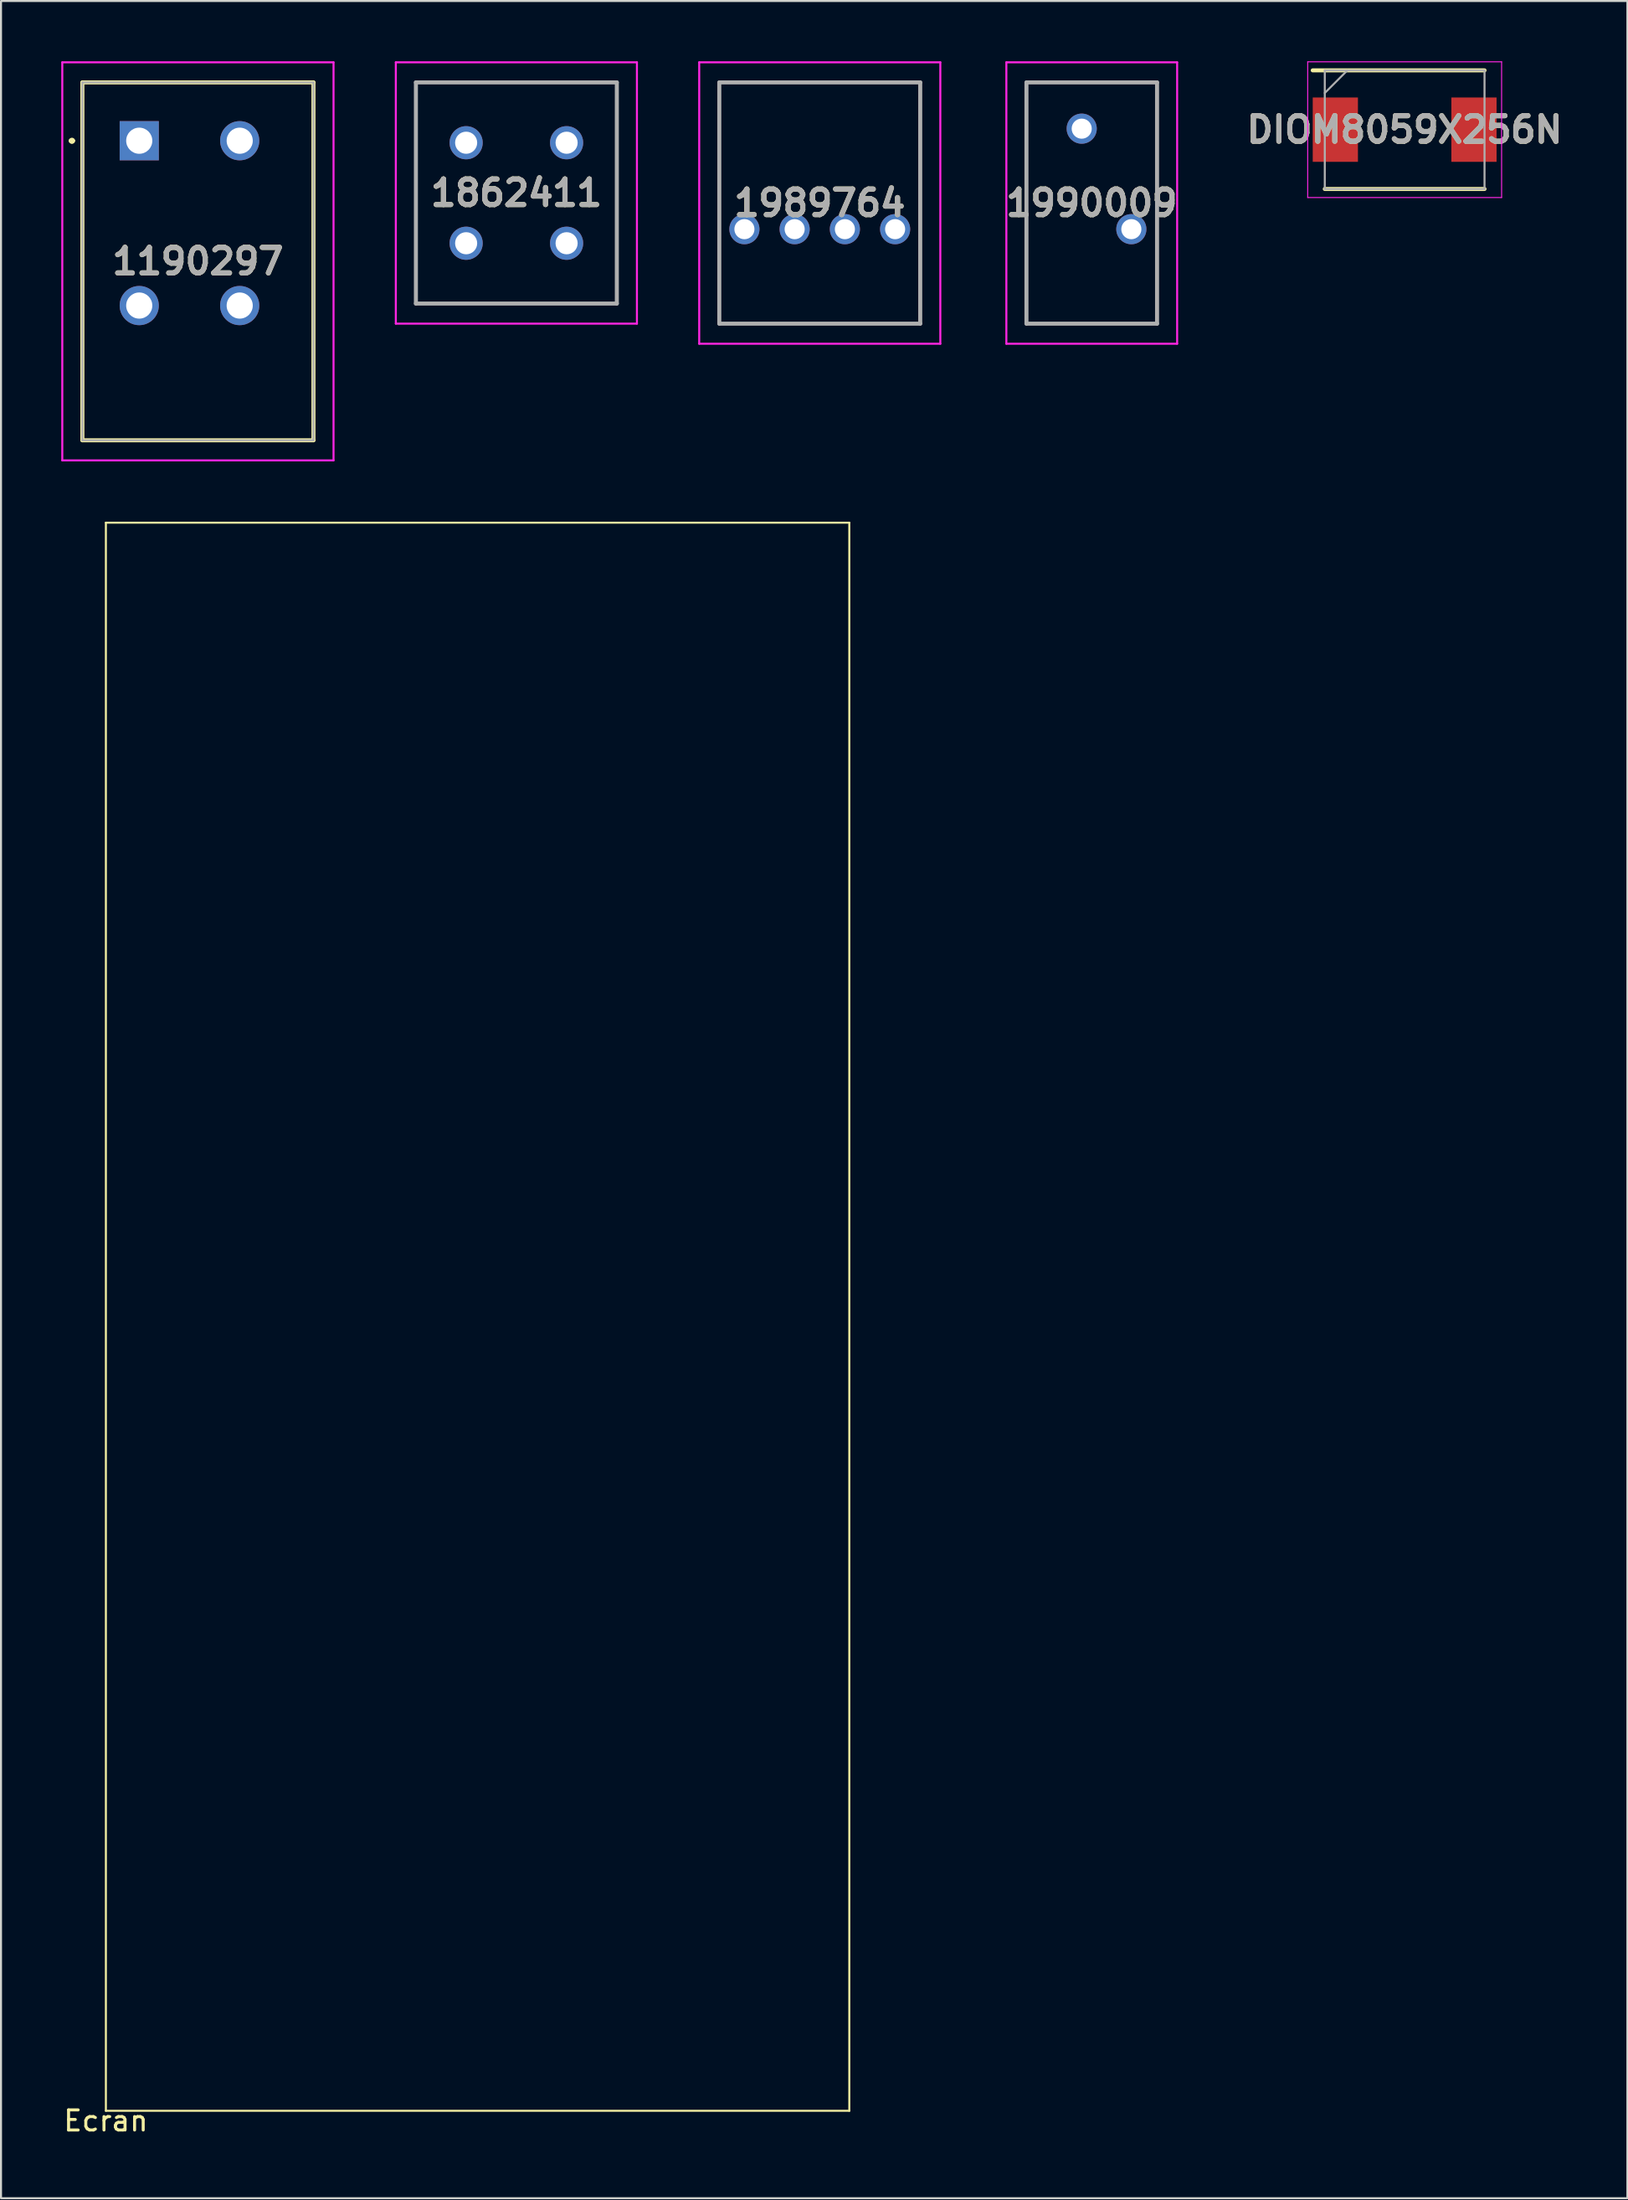
<source format=kicad_pcb>
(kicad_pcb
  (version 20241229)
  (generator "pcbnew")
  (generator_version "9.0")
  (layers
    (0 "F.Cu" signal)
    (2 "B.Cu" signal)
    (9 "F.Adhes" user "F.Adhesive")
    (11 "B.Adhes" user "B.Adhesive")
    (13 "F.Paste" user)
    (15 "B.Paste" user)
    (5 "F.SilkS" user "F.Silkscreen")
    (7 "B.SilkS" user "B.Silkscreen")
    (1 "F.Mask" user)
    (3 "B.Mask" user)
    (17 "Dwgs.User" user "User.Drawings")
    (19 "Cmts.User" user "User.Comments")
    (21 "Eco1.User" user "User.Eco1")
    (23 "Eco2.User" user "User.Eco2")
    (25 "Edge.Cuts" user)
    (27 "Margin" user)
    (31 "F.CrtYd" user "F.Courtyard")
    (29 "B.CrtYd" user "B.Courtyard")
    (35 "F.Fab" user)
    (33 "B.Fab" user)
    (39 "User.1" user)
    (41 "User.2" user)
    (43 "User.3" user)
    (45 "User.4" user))
  (footprint "Ecran"
    (layer "F.Cu")
    (at 2.22 101.95)
    (property "Reference" "Ecran" (at 0 0.5 0) (layer "F.SilkS") (effects (font (size 1 1) (thickness 0.15))))
    (attr through_hole)
    (fp_line (start 0 -79) (end 37 -79) (stroke (width 0.1) (type solid)) (layer "F.SilkS"))
    (fp_line (start 0 0) (end 0 -79) (stroke (width 0.1) (type solid)) (layer "F.SilkS"))
    (fp_line (start 37 -79) (end 37 0) (stroke (width 0.1) (type solid)) (layer "F.SilkS"))
    (fp_line (start 37 0) (end 0 0) (stroke (width 0.1) (type solid)) (layer "F.SilkS")))
  (footprint "1989764"
    (layer "F.Cu")
    (at 34 8.35)
    (property "Reference" "1989764" (at 3.75 -1.3 0) (layer "F.SilkS") (effects (font (size 1.27 1.27) (thickness 0.254))))
    (attr through_hole)
    (fp_line (start -1.25 -7.3) (end 8.75 -7.3) (stroke (width 0.1) (type solid)) (layer "F.SilkS"))
    (fp_line (start -1.25 4.7) (end -1.25 -7.3) (stroke (width 0.1) (type solid)) (layer "F.SilkS"))
    (fp_line (start 8.75 -7.3) (end 8.75 4.7) (stroke (width 0.1) (type solid)) (layer "F.SilkS"))
    (fp_line (start 8.75 4.7) (end -1.25 4.7) (stroke (width 0.1) (type solid)) (layer "F.SilkS"))
    (fp_line (start -2.25 -8.3) (end 9.75 -8.3) (stroke (width 0.1) (type solid)) (layer "F.CrtYd"))
    (fp_line (start -2.25 5.7) (end -2.25 -8.3) (stroke (width 0.1) (type solid)) (layer "F.CrtYd"))
    (fp_line (start 9.75 -8.3) (end 9.75 5.7) (stroke (width 0.1) (type solid)) (layer "F.CrtYd"))
    (fp_line (start 9.75 5.7) (end -2.25 5.7) (stroke (width 0.1) (type solid)) (layer "F.CrtYd"))
    (fp_line (start -1.25 -7.3) (end 8.75 -7.3) (stroke (width 0.2) (type solid)) (layer "F.Fab"))
    (fp_line (start -1.25 4.7) (end -1.25 -7.3) (stroke (width 0.2) (type solid)) (layer "F.Fab"))
    (fp_line (start 8.75 -7.3) (end 8.75 4.7) (stroke (width 0.2) (type solid)) (layer "F.Fab"))
    (fp_line (start 8.75 4.7) (end -1.25 4.7) (stroke (width 0.2) (type solid)) (layer "F.Fab"))
    (fp_text user "${REFERENCE}" (at 3.75 -1.3 0) (layer "F.Fab") (effects (font (size 1.27 1.27) (thickness 0.254))))
    (pad "1" thru_hole circle (at 0 0) (size 1.5 1.5) (drill 1) (layers "*.Cu" "*.Mask"))
    (pad "2" thru_hole circle (at 2.5 0) (size 1.5 1.5) (drill 1) (layers "*.Cu" "*.Mask"))
    (pad "3" thru_hole circle (at 5 0) (size 1.5 1.5) (drill 1) (layers "*.Cu" "*.Mask"))
    (pad "4" thru_hole circle (at 7.5 0) (size 1.5 1.5) (drill 1) (layers "*.Cu" "*.Mask")))
  (footprint "1862411"
    (layer "F.Cu")
    (at 20.15 9.05)
    (property "Reference" "1862411" (at 2.5 -2.5 0) (layer "F.SilkS") (effects (font (size 1.27 1.27) (thickness 0.254))))
    (attr through_hole)
    (fp_line (start -2.5 -8) (end 7.5 -8) (stroke (width 0.1) (type solid)) (layer "F.SilkS"))
    (fp_line (start -2.5 3) (end -2.5 -8) (stroke (width 0.1) (type solid)) (layer "F.SilkS"))
    (fp_line (start 7.5 -8) (end 7.5 3) (stroke (width 0.1) (type solid)) (layer "F.SilkS"))
    (fp_line (start 7.5 3) (end -2.5 3) (stroke (width 0.1) (type solid)) (layer "F.SilkS"))
    (fp_line (start -3.5 -9) (end 8.5 -9) (stroke (width 0.1) (type solid)) (layer "F.CrtYd"))
    (fp_line (start -3.5 4) (end -3.5 -9) (stroke (width 0.1) (type solid)) (layer "F.CrtYd"))
    (fp_line (start 8.5 -9) (end 8.5 4) (stroke (width 0.1) (type solid)) (layer "F.CrtYd"))
    (fp_line (start 8.5 4) (end -3.5 4) (stroke (width 0.1) (type solid)) (layer "F.CrtYd"))
    (fp_line (start -2.5 -8) (end 7.5 -8) (stroke (width 0.2) (type solid)) (layer "F.Fab"))
    (fp_line (start -2.5 3) (end -2.5 -8) (stroke (width 0.2) (type solid)) (layer "F.Fab"))
    (fp_line (start 7.5 -8) (end 7.5 3) (stroke (width 0.2) (type solid)) (layer "F.Fab"))
    (fp_line (start 7.5 3) (end -2.5 3) (stroke (width 0.2) (type solid)) (layer "F.Fab"))
    (fp_text user "${REFERENCE}" (at 2.5 -2.5 0) (layer "F.Fab") (effects (font (size 1.27 1.27) (thickness 0.254))))
    (pad "1" thru_hole circle (at 0 0) (size 1.65 1.65) (drill 1.1) (layers "*.Cu" "*.Mask"))
    (pad "2" thru_hole circle (at 0 -5) (size 1.65 1.65) (drill 1.1) (layers "*.Cu" "*.Mask"))
    (pad "3" thru_hole circle (at 5 0) (size 1.65 1.65) (drill 1.1) (layers "*.Cu" "*.Mask"))
    (pad "4" thru_hole circle (at 5 -5) (size 1.65 1.65) (drill 1.1) (layers "*.Cu" "*.Mask")))
  (footprint "1190297"
    (layer "F.Cu")
    (at 3.88 3.95)
    (property "Reference" "1190297" (at 2.92 6 0) (layer "F.SilkS") (effects (font (size 1.27 1.27) (thickness 0.254))))
    (attr through_hole)
    (fp_line (start -3.4 0) (end -3.4 0) (stroke (width 0.2) (type solid)) (layer "F.SilkS"))
    (fp_line (start -3.4 0) (end -3.4 0) (stroke (width 0.2) (type solid)) (layer "F.SilkS"))
    (fp_line (start -3.3 0) (end -3.3 0) (stroke (width 0.2) (type solid)) (layer "F.SilkS"))
    (fp_line (start -2.83 -2.9) (end 8.67 -2.9) (stroke (width 0.2) (type solid)) (layer "F.SilkS"))
    (fp_line (start -2.83 14.9) (end -2.83 -2.9) (stroke (width 0.2) (type solid)) (layer "F.SilkS"))
    (fp_line (start 8.67 -2.9) (end 8.67 14.9) (stroke (width 0.2) (type solid)) (layer "F.SilkS"))
    (fp_line (start 8.67 14.9) (end -2.83 14.9) (stroke (width 0.2) (type solid)) (layer "F.SilkS"))
    (fp_arc (start -3.4 0) (mid -3.35 -0.05) (end -3.3 0) (stroke (width 0.2) (type solid)) (layer "F.SilkS"))
    (fp_arc (start -3.3 0) (mid -3.35 0.05) (end -3.4 0) (stroke (width 0.2) (type solid)) (layer "F.SilkS"))
    (fp_arc (start -3.3 0) (mid -3.35 0.05) (end -3.4 0) (stroke (width 0.2) (type solid)) (layer "F.SilkS"))
    (fp_line (start -3.83 -3.9) (end 9.67 -3.9) (stroke (width 0.1) (type solid)) (layer "F.CrtYd"))
    (fp_line (start -3.83 15.9) (end -3.83 -3.9) (stroke (width 0.1) (type solid)) (layer "F.CrtYd"))
    (fp_line (start 9.67 -3.9) (end 9.67 15.9) (stroke (width 0.1) (type solid)) (layer "F.CrtYd"))
    (fp_line (start 9.67 15.9) (end -3.83 15.9) (stroke (width 0.1) (type solid)) (layer "F.CrtYd"))
    (fp_line (start -2.83 -2.9) (end 8.67 -2.9) (stroke (width 0.1) (type solid)) (layer "F.Fab"))
    (fp_line (start -2.83 14.9) (end -2.83 -2.9) (stroke (width 0.1) (type solid)) (layer "F.Fab"))
    (fp_line (start 8.67 -2.9) (end 8.67 14.9) (stroke (width 0.1) (type solid)) (layer "F.Fab"))
    (fp_line (start 8.67 14.9) (end -2.83 14.9) (stroke (width 0.1) (type solid)) (layer "F.Fab"))
    (fp_text user "${REFERENCE}" (at 2.92 6 0) (layer "F.Fab") (effects (font (size 1.27 1.27) (thickness 0.254))))
    (pad "1" thru_hole rect (at 0 0) (size 1.95 1.95) (drill 1.3) (layers "*.Cu" "*.Mask"))
    (pad "2" thru_hole circle (at 0 8.2) (size 1.95 1.95) (drill 1.3) (layers "*.Cu" "*.Mask"))
    (pad "3" thru_hole circle (at 5 0) (size 1.95 1.95) (drill 1.3) (layers "*.Cu" "*.Mask"))
    (pad "4" thru_hole circle (at 5 8.2) (size 1.95 1.95) (drill 1.3) (layers "*.Cu" "*.Mask")))
  (footprint "DIOM8059X256N"
    (layer "F.Cu")
    (at 66.86 3.4)
    (property "Reference" "DIOM8059X256N" (at 0 0 0) (layer "F.SilkS") (effects (font (size 1.27 1.27) (thickness 0.254))))
    (attr smd)
    (fp_line (start -3.975 2.95) (end 3.975 2.95) (stroke (width 0.2) (type solid)) (layer "F.SilkS"))
    (fp_line (start 3.975 -2.95) (end -4.575 -2.95) (stroke (width 0.2) (type solid)) (layer "F.SilkS"))
    (fp_line (start -4.825 -3.375) (end 4.825 -3.375) (stroke (width 0.05) (type solid)) (layer "F.CrtYd"))
    (fp_line (start -4.825 3.375) (end -4.825 -3.375) (stroke (width 0.05) (type solid)) (layer "F.CrtYd"))
    (fp_line (start 4.825 -3.375) (end 4.825 3.375) (stroke (width 0.05) (type solid)) (layer "F.CrtYd"))
    (fp_line (start 4.825 3.375) (end -4.825 3.375) (stroke (width 0.05) (type solid)) (layer "F.CrtYd"))
    (fp_line (start -3.975 -2.95) (end 3.975 -2.95) (stroke (width 0.1) (type solid)) (layer "F.Fab"))
    (fp_line (start -3.975 -1.825) (end -2.85 -2.95) (stroke (width 0.1) (type solid)) (layer "F.Fab"))
    (fp_line (start -3.975 2.95) (end -3.975 -2.95) (stroke (width 0.1) (type solid)) (layer "F.Fab"))
    (fp_line (start 3.975 -2.95) (end 3.975 2.95) (stroke (width 0.1) (type solid)) (layer "F.Fab"))
    (fp_line (start 3.975 2.95) (end -3.975 2.95) (stroke (width 0.1) (type solid)) (layer "F.Fab"))
    (fp_text user "${REFERENCE}" (at 0 0 0) (layer "F.Fab") (effects (font (size 1.27 1.27) (thickness 0.254))))
    (pad "1" smd rect (at -3.45 0) (size 2.25 3.2) (layers "F.Cu" "F.Mask" "F.Paste"))
    (pad "2" smd rect (at 3.45 0) (size 2.25 3.2) (layers "F.Cu" "F.Mask" "F.Paste")))
  (footprint "1990009"
    (layer "F.Cu")
    (at 52.037 1.05)
    (property "Reference" "1990009" (at -0.75 6 0) (layer "F.SilkS") (effects (font (size 1.27 1.27) (thickness 0.254))))
    (attr through_hole)
    (fp_line (start -4 0) (end 2.5 0) (stroke (width 0.1) (type solid)) (layer "F.SilkS"))
    (fp_line (start -4 12) (end -4 0) (stroke (width 0.1) (type solid)) (layer "F.SilkS"))
    (fp_line (start 2.5 0) (end 2.5 12) (stroke (width 0.1) (type solid)) (layer "F.SilkS"))
    (fp_line (start 2.5 12) (end -4 12) (stroke (width 0.1) (type solid)) (layer "F.SilkS"))
    (fp_line (start -5 -1) (end 3.5 -1) (stroke (width 0.1) (type solid)) (layer "F.CrtYd"))
    (fp_line (start -5 13) (end -5 -1) (stroke (width 0.1) (type solid)) (layer "F.CrtYd"))
    (fp_line (start 3.5 -1) (end 3.5 13) (stroke (width 0.1) (type solid)) (layer "F.CrtYd"))
    (fp_line (start 3.5 13) (end -5 13) (stroke (width 0.1) (type solid)) (layer "F.CrtYd"))
    (fp_line (start -4 0) (end 2.5 0) (stroke (width 0.2) (type solid)) (layer "F.Fab"))
    (fp_line (start -4 12) (end -4 0) (stroke (width 0.2) (type solid)) (layer "F.Fab"))
    (fp_line (start 2.5 0) (end 2.5 12) (stroke (width 0.2) (type solid)) (layer "F.Fab"))
    (fp_line (start 2.5 12) (end -4 12) (stroke (width 0.2) (type solid)) (layer "F.Fab"))
    (fp_text user "${REFERENCE}" (at -0.75 6 0) (layer "F.Fab") (effects (font (size 1.27 1.27) (thickness 0.254))))
    (pad "1" thru_hole circle (at 1.22 7.3) (size 1.5 1.5) (drill 1) (layers "*.Cu" "*.Mask"))
    (pad "2" thru_hole circle (at -1.25 2.3) (size 1.5 1.5) (drill 1) (layers "*.Cu" "*.Mask")))
  (gr_rect
    (start -3 -3)
    (end 77.946 106.298)
    (stroke (width 0.1) (type default))
    (fill no)
    (layer "Edge.Cuts")))
</source>
